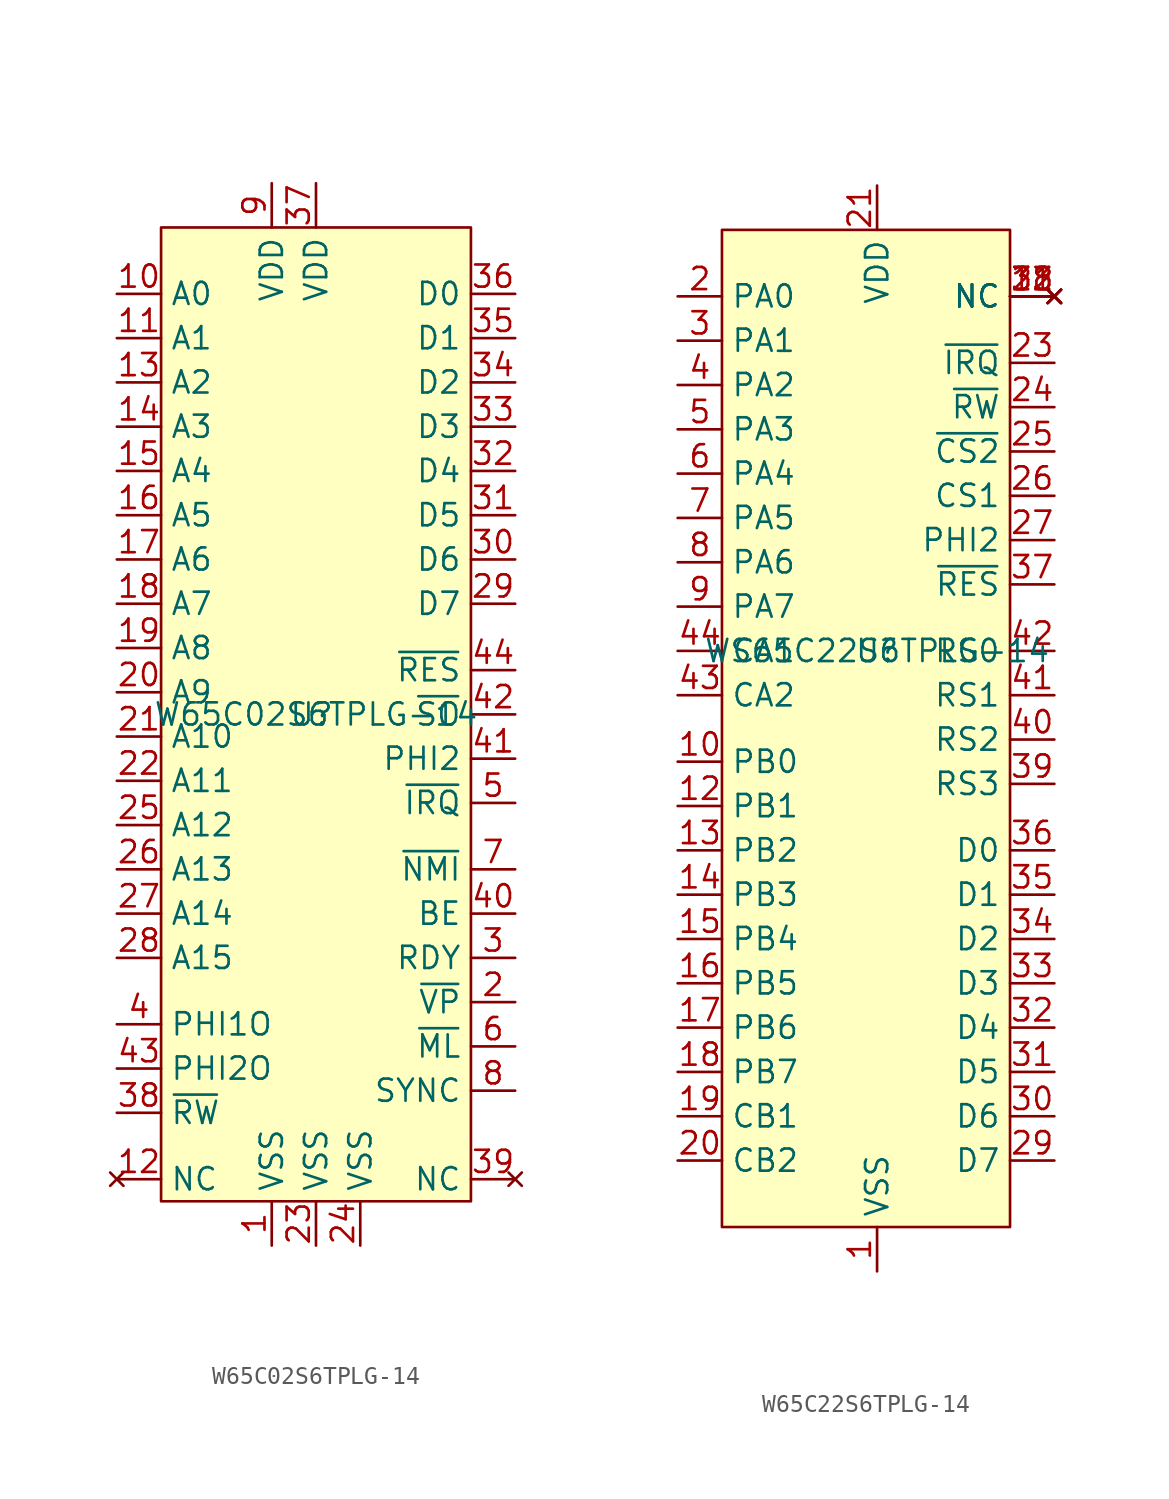
<source format=kicad_sym>
(kicad_symbol_lib
  (version 20241209)
  (generator "kicad_symbol_editor")
  (generator_version "9.0")
  (symbol "W65C02S6TPLG-14"
    (property "Reference" "U"
      (at -0.254 0 0)
      (effects (font (size 1.27 1.27))))
    (property "Value" "W65C02S6TPLG-14"
      (at 0 0 0)
      (effects (font (size 1.27 1.27))))
    (symbol "W65C02S6TPLG-14_1_1"
      (rectangle (start -8.89 27.94) (end 8.89 -27.94) (stroke (width 0) (type solid)) (fill (type background)))
      (pin output line (at -11.43 24.13 0) (length 2.54) (name "A0" (effects (font (size 1.27 1.27)))) (number "10" (effects (font (size 1.27 1.27)))))
      (pin output line (at -11.43 21.59 0) (length 2.54) (name "A1" (effects (font (size 1.27 1.27)))) (number "11" (effects (font (size 1.27 1.27)))))
      (pin output line (at -11.43 19.05 0) (length 2.54) (name "A2" (effects (font (size 1.27 1.27)))) (number "13" (effects (font (size 1.27 1.27)))))
      (pin output line (at -11.43 16.51 0) (length 2.54) (name "A3" (effects (font (size 1.27 1.27)))) (number "14" (effects (font (size 1.27 1.27)))))
      (pin output line (at -11.43 13.97 0) (length 2.54) (name "A4" (effects (font (size 1.27 1.27)))) (number "15" (effects (font (size 1.27 1.27)))))
      (pin output line (at -11.43 11.43 0) (length 2.54) (name "A5" (effects (font (size 1.27 1.27)))) (number "16" (effects (font (size 1.27 1.27)))))
      (pin output line (at -11.43 8.89 0) (length 2.54) (name "A6" (effects (font (size 1.27 1.27)))) (number "17" (effects (font (size 1.27 1.27)))))
      (pin output line (at -11.43 6.35 0) (length 2.54) (name "A7" (effects (font (size 1.27 1.27)))) (number "18" (effects (font (size 1.27 1.27)))))
      (pin output line (at -11.43 3.81 0) (length 2.54) (name "A8" (effects (font (size 1.27 1.27)))) (number "19" (effects (font (size 1.27 1.27)))))
      (pin output line (at -11.43 1.27 0) (length 2.54) (name "A9" (effects (font (size 1.27 1.27)))) (number "20" (effects (font (size 1.27 1.27)))))
      (pin output line (at -11.43 -1.27 0) (length 2.54) (name "A10" (effects (font (size 1.27 1.27)))) (number "21" (effects (font (size 1.27 1.27)))))
      (pin output line (at -11.43 -3.81 0) (length 2.54) (name "A11" (effects (font (size 1.27 1.27)))) (number "22" (effects (font (size 1.27 1.27)))))
      (pin output line (at -11.43 -6.35 0) (length 2.54) (name "A12" (effects (font (size 1.27 1.27)))) (number "25" (effects (font (size 1.27 1.27)))))
      (pin output line (at -11.43 -8.89 0) (length 2.54) (name "A13" (effects (font (size 1.27 1.27)))) (number "26" (effects (font (size 1.27 1.27)))))
      (pin output line (at -11.43 -11.43 0) (length 2.54) (name "A14" (effects (font (size 1.27 1.27)))) (number "27" (effects (font (size 1.27 1.27)))))
      (pin output line (at -11.43 -13.97 0) (length 2.54) (name "A15" (effects (font (size 1.27 1.27)))) (number "28" (effects (font (size 1.27 1.27)))))
      (pin output line (at -11.43 -17.78 0) (length 2.54) (name "PHI1O" (effects (font (size 1.27 1.27)))) (number "4" (effects (font (size 1.27 1.27)))))
      (pin output line (at -11.43 -20.32 0) (length 2.54) (name "PHI2O" (effects (font (size 1.27 1.27)))) (number "43" (effects (font (size 1.27 1.27)))))
      (pin output line (at -11.43 -22.86 0) (length 2.54) (name "~{RW}" (effects (font (size 1.27 1.27)))) (number "38" (effects (font (size 1.27 1.27)))))
      (pin no_connect line (at -11.43 -26.67 0) (length 2.54) (name "NC" (effects (font (size 1.27 1.27)))) (number "12" (effects (font (size 1.27 1.27)))))
      (pin power_in line (at -2.54 30.48 270) (length 2.54) (name "VDD" (effects (font (size 1.27 1.27)))) (number "9" (effects (font (size 1.27 1.27)))))
      (pin power_in line (at -2.54 -30.48 90) (length 2.54) (name "VSS" (effects (font (size 1.27 1.27)))) (number "1" (effects (font (size 1.27 1.27)))))
      (pin power_in line (at 0 30.48 270) (length 2.54) (name "VDD" (effects (font (size 1.27 1.27)))) (number "37" (effects (font (size 1.27 1.27)))))
      (pin power_in line (at 0 -30.48 90) (length 2.54) (name "VSS" (effects (font (size 1.27 1.27)))) (number "23" (effects (font (size 1.27 1.27)))))
      (pin power_in line (at 2.54 -30.48 90) (length 2.54) (name "VSS" (effects (font (size 1.27 1.27)))) (number "24" (effects (font (size 1.27 1.27)))))
      (pin input line (at 11.43 24.13 180) (length 2.54) (name "D0" (effects (font (size 1.27 1.27)))) (number "36" (effects (font (size 1.27 1.27)))))
      (pin input line (at 11.43 21.59 180) (length 2.54) (name "D1" (effects (font (size 1.27 1.27)))) (number "35" (effects (font (size 1.27 1.27)))))
      (pin input line (at 11.43 19.05 180) (length 2.54) (name "D2" (effects (font (size 1.27 1.27)))) (number "34" (effects (font (size 1.27 1.27)))))
      (pin input line (at 11.43 16.51 180) (length 2.54) (name "D3" (effects (font (size 1.27 1.27)))) (number "33" (effects (font (size 1.27 1.27)))))
      (pin input line (at 11.43 13.97 180) (length 2.54) (name "D4" (effects (font (size 1.27 1.27)))) (number "32" (effects (font (size 1.27 1.27)))))
      (pin input line (at 11.43 11.43 180) (length 2.54) (name "D5" (effects (font (size 1.27 1.27)))) (number "31" (effects (font (size 1.27 1.27)))))
      (pin input line (at 11.43 8.89 180) (length 2.54) (name "D6" (effects (font (size 1.27 1.27)))) (number "30" (effects (font (size 1.27 1.27)))))
      (pin input line (at 11.43 6.35 180) (length 2.54) (name "D7" (effects (font (size 1.27 1.27)))) (number "29" (effects (font (size 1.27 1.27)))))
      (pin input line (at 11.43 2.54 180) (length 2.54) (name "~{RES}" (effects (font (size 1.27 1.27)))) (number "44" (effects (font (size 1.27 1.27)))))
      (pin input line (at 11.43 0 180) (length 2.54) (name "~{SO}" (effects (font (size 1.27 1.27)))) (number "42" (effects (font (size 1.27 1.27)))))
      (pin input line (at 11.43 -2.54 180) (length 2.54) (name "PHI2" (effects (font (size 1.27 1.27)))) (number "41" (effects (font (size 1.27 1.27)))))
      (pin input line (at 11.43 -5.08 180) (length 2.54) (name "~{IRQ}" (effects (font (size 1.27 1.27)))) (number "5" (effects (font (size 1.27 1.27)))))
      (pin input line (at 11.43 -8.89 180) (length 2.54) (name "~{NMI}" (effects (font (size 1.27 1.27)))) (number "7" (effects (font (size 1.27 1.27)))))
      (pin input line (at 11.43 -11.43 180) (length 2.54) (name "BE" (effects (font (size 1.27 1.27)))) (number "40" (effects (font (size 1.27 1.27)))))
      (pin bidirectional line (at 11.43 -13.97 180) (length 2.54) (name "RDY" (effects (font (size 1.27 1.27)))) (number "3" (effects (font (size 1.27 1.27)))))
      (pin output line (at 11.43 -16.51 180) (length 2.54) (name "~{VP}" (effects (font (size 1.27 1.27)))) (number "2" (effects (font (size 1.27 1.27)))))
      (pin output line (at 11.43 -19.05 180) (length 2.54) (name "~{ML}" (effects (font (size 1.27 1.27)))) (number "6" (effects (font (size 1.27 1.27)))))
      (pin output line (at 11.43 -21.59 180) (length 2.54) (name "SYNC" (effects (font (size 1.27 1.27)))) (number "8" (effects (font (size 1.27 1.27)))))
      (pin no_connect line (at 11.43 -26.67 180) (length 2.54) (name "NC" (effects (font (size 1.27 1.27)))) (number "39" (effects (font (size 1.27 1.27)))))))
  (symbol "W65C22S6TPLG-14"
    (property "Reference" "U"
      (at 0 0 0)
      (effects (font (size 1.27 1.27))))
    (property "Value" "WS65C22S6TPLG-14"
      (at 0 0 0)
      (effects (font (size 1.27 1.27))))
    (symbol "W65C22S6TPLG-14_1_1"
      (rectangle (start -8.89 24.13) (end 7.62 -33.02) (stroke (width 0) (type solid)) (fill (type background)))
      (pin bidirectional line (at -11.43 20.32 0) (length 2.54) (name "PA0" (effects (font (size 1.27 1.27)))) (number "2" (effects (font (size 1.27 1.27)))))
      (pin bidirectional line (at -11.43 17.78 0) (length 2.54) (name "PA1" (effects (font (size 1.27 1.27)))) (number "3" (effects (font (size 1.27 1.27)))))
      (pin bidirectional line (at -11.43 15.24 0) (length 2.54) (name "PA2" (effects (font (size 1.27 1.27)))) (number "4" (effects (font (size 1.27 1.27)))))
      (pin bidirectional line (at -11.43 12.7 0) (length 2.54) (name "PA3" (effects (font (size 1.27 1.27)))) (number "5" (effects (font (size 1.27 1.27)))))
      (pin bidirectional line (at -11.43 10.16 0) (length 2.54) (name "PA4" (effects (font (size 1.27 1.27)))) (number "6" (effects (font (size 1.27 1.27)))))
      (pin bidirectional line (at -11.43 7.62 0) (length 2.54) (name "PA5" (effects (font (size 1.27 1.27)))) (number "7" (effects (font (size 1.27 1.27)))))
      (pin bidirectional line (at -11.43 5.08 0) (length 2.54) (name "PA6" (effects (font (size 1.27 1.27)))) (number "8" (effects (font (size 1.27 1.27)))))
      (pin bidirectional line (at -11.43 2.54 0) (length 2.54) (name "PA7" (effects (font (size 1.27 1.27)))) (number "9" (effects (font (size 1.27 1.27)))))
      (pin bidirectional line (at -11.43 0 0) (length 2.54) (name "CA1" (effects (font (size 1.27 1.27)))) (number "44" (effects (font (size 1.27 1.27)))))
      (pin bidirectional line (at -11.43 -2.54 0) (length 2.54) (name "CA2" (effects (font (size 1.27 1.27)))) (number "43" (effects (font (size 1.27 1.27)))))
      (pin bidirectional line (at -11.43 -6.35 0) (length 2.54) (name "PB0" (effects (font (size 1.27 1.27)))) (number "10" (effects (font (size 1.27 1.27)))))
      (pin bidirectional line (at -11.43 -8.89 0) (length 2.54) (name "PB1" (effects (font (size 1.27 1.27)))) (number "12" (effects (font (size 1.27 1.27)))))
      (pin bidirectional line (at -11.43 -11.43 0) (length 2.54) (name "PB2" (effects (font (size 1.27 1.27)))) (number "13" (effects (font (size 1.27 1.27)))))
      (pin bidirectional line (at -11.43 -13.97 0) (length 2.54) (name "PB3" (effects (font (size 1.27 1.27)))) (number "14" (effects (font (size 1.27 1.27)))))
      (pin bidirectional line (at -11.43 -16.51 0) (length 2.54) (name "PB4" (effects (font (size 1.27 1.27)))) (number "15" (effects (font (size 1.27 1.27)))))
      (pin bidirectional line (at -11.43 -19.05 0) (length 2.54) (name "PB5" (effects (font (size 1.27 1.27)))) (number "16" (effects (font (size 1.27 1.27)))))
      (pin bidirectional line (at -11.43 -21.59 0) (length 2.54) (name "PB6" (effects (font (size 1.27 1.27)))) (number "17" (effects (font (size 1.27 1.27)))))
      (pin bidirectional line (at -11.43 -24.13 0) (length 2.54) (name "PB7" (effects (font (size 1.27 1.27)))) (number "18" (effects (font (size 1.27 1.27)))))
      (pin bidirectional line (at -11.43 -26.67 0) (length 2.54) (name "CB1" (effects (font (size 1.27 1.27)))) (number "19" (effects (font (size 1.27 1.27)))))
      (pin bidirectional line (at -11.43 -29.21 0) (length 2.54) (name "CB2" (effects (font (size 1.27 1.27)))) (number "20" (effects (font (size 1.27 1.27)))))
      (pin power_in line (at 0 26.67 270) (length 2.54) (name "VDD" (effects (font (size 1.27 1.27)))) (number "21" (effects (font (size 1.27 1.27)))))
      (pin power_in line (at 0 -35.56 90) (length 2.54) (name "VSS" (effects (font (size 1.27 1.27)))) (number "1" (effects (font (size 1.27 1.27)))))
      (pin no_connect line (at 10.16 20.32 180) (length 2.54) (name "NC" (effects (font (size 1.27 1.27)))) (number "11" (effects (font (size 1.27 1.27)))))
      (pin no_connect line (at 10.16 20.32 180) (length 2.54) (name "NC" (effects (font (size 1.27 1.27)))) (number "22" (effects (font (size 1.27 1.27)))))
      (pin no_connect line (at 10.16 20.32 180) (length 2.54) (name "NC" (effects (font (size 1.27 1.27)))) (number "33" (effects (font (size 1.27 1.27)))))
      (pin no_connect line (at 10.16 20.32 180) (length 2.54) (name "NC" (effects (font (size 1.27 1.27)))) (number "38" (effects (font (size 1.27 1.27)))))
      (pin output line (at 10.16 16.51 180) (length 2.54) (name "~{IRQ}" (effects (font (size 1.27 1.27)))) (number "23" (effects (font (size 1.27 1.27)))))
      (pin input line (at 10.16 13.97 180) (length 2.54) (name "~{RW}" (effects (font (size 1.27 1.27)))) (number "24" (effects (font (size 1.27 1.27)))))
      (pin input line (at 10.16 11.43 180) (length 2.54) (name "~{CS2}" (effects (font (size 1.27 1.27)))) (number "25" (effects (font (size 1.27 1.27)))))
      (pin input line (at 10.16 8.89 180) (length 2.54) (name "CS1" (effects (font (size 1.27 1.27)))) (number "26" (effects (font (size 1.27 1.27)))))
      (pin input line (at 10.16 6.35 180) (length 2.54) (name "PHI2" (effects (font (size 1.27 1.27)))) (number "27" (effects (font (size 1.27 1.27)))))
      (pin input line (at 10.16 3.81 180) (length 2.54) (name "~{RES}" (effects (font (size 1.27 1.27)))) (number "37" (effects (font (size 1.27 1.27)))))
      (pin input line (at 10.16 0 180) (length 2.54) (name "RS0" (effects (font (size 1.27 1.27)))) (number "42" (effects (font (size 1.27 1.27)))))
      (pin input line (at 10.16 -2.54 180) (length 2.54) (name "RS1" (effects (font (size 1.27 1.27)))) (number "41" (effects (font (size 1.27 1.27)))))
      (pin input line (at 10.16 -5.08 180) (length 2.54) (name "RS2" (effects (font (size 1.27 1.27)))) (number "40" (effects (font (size 1.27 1.27)))))
      (pin input line (at 10.16 -7.62 180) (length 2.54) (name "RS3" (effects (font (size 1.27 1.27)))) (number "39" (effects (font (size 1.27 1.27)))))
      (pin bidirectional line (at 10.16 -11.43 180) (length 2.54) (name "D0" (effects (font (size 1.27 1.27)))) (number "36" (effects (font (size 1.27 1.27)))))
      (pin bidirectional line (at 10.16 -13.97 180) (length 2.54) (name "D1" (effects (font (size 1.27 1.27)))) (number "35" (effects (font (size 1.27 1.27)))))
      (pin bidirectional line (at 10.16 -16.51 180) (length 2.54) (name "D2" (effects (font (size 1.27 1.27)))) (number "34" (effects (font (size 1.27 1.27)))))
      (pin bidirectional line (at 10.16 -19.05 180) (length 2.54) (name "D3" (effects (font (size 1.27 1.27)))) (number "33" (effects (font (size 1.27 1.27)))))
      (pin bidirectional line (at 10.16 -21.59 180) (length 2.54) (name "D4" (effects (font (size 1.27 1.27)))) (number "32" (effects (font (size 1.27 1.27)))))
      (pin bidirectional line (at 10.16 -24.13 180) (length 2.54) (name "D5" (effects (font (size 1.27 1.27)))) (number "31" (effects (font (size 1.27 1.27)))))
      (pin bidirectional line (at 10.16 -26.67 180) (length 2.54) (name "D6" (effects (font (size 1.27 1.27)))) (number "30" (effects (font (size 1.27 1.27)))))
      (pin bidirectional line (at 10.16 -29.21 180) (length 2.54) (name "D7" (effects (font (size 1.27 1.27)))) (number "29" (effects (font (size 1.27 1.27))))))))
</source>
